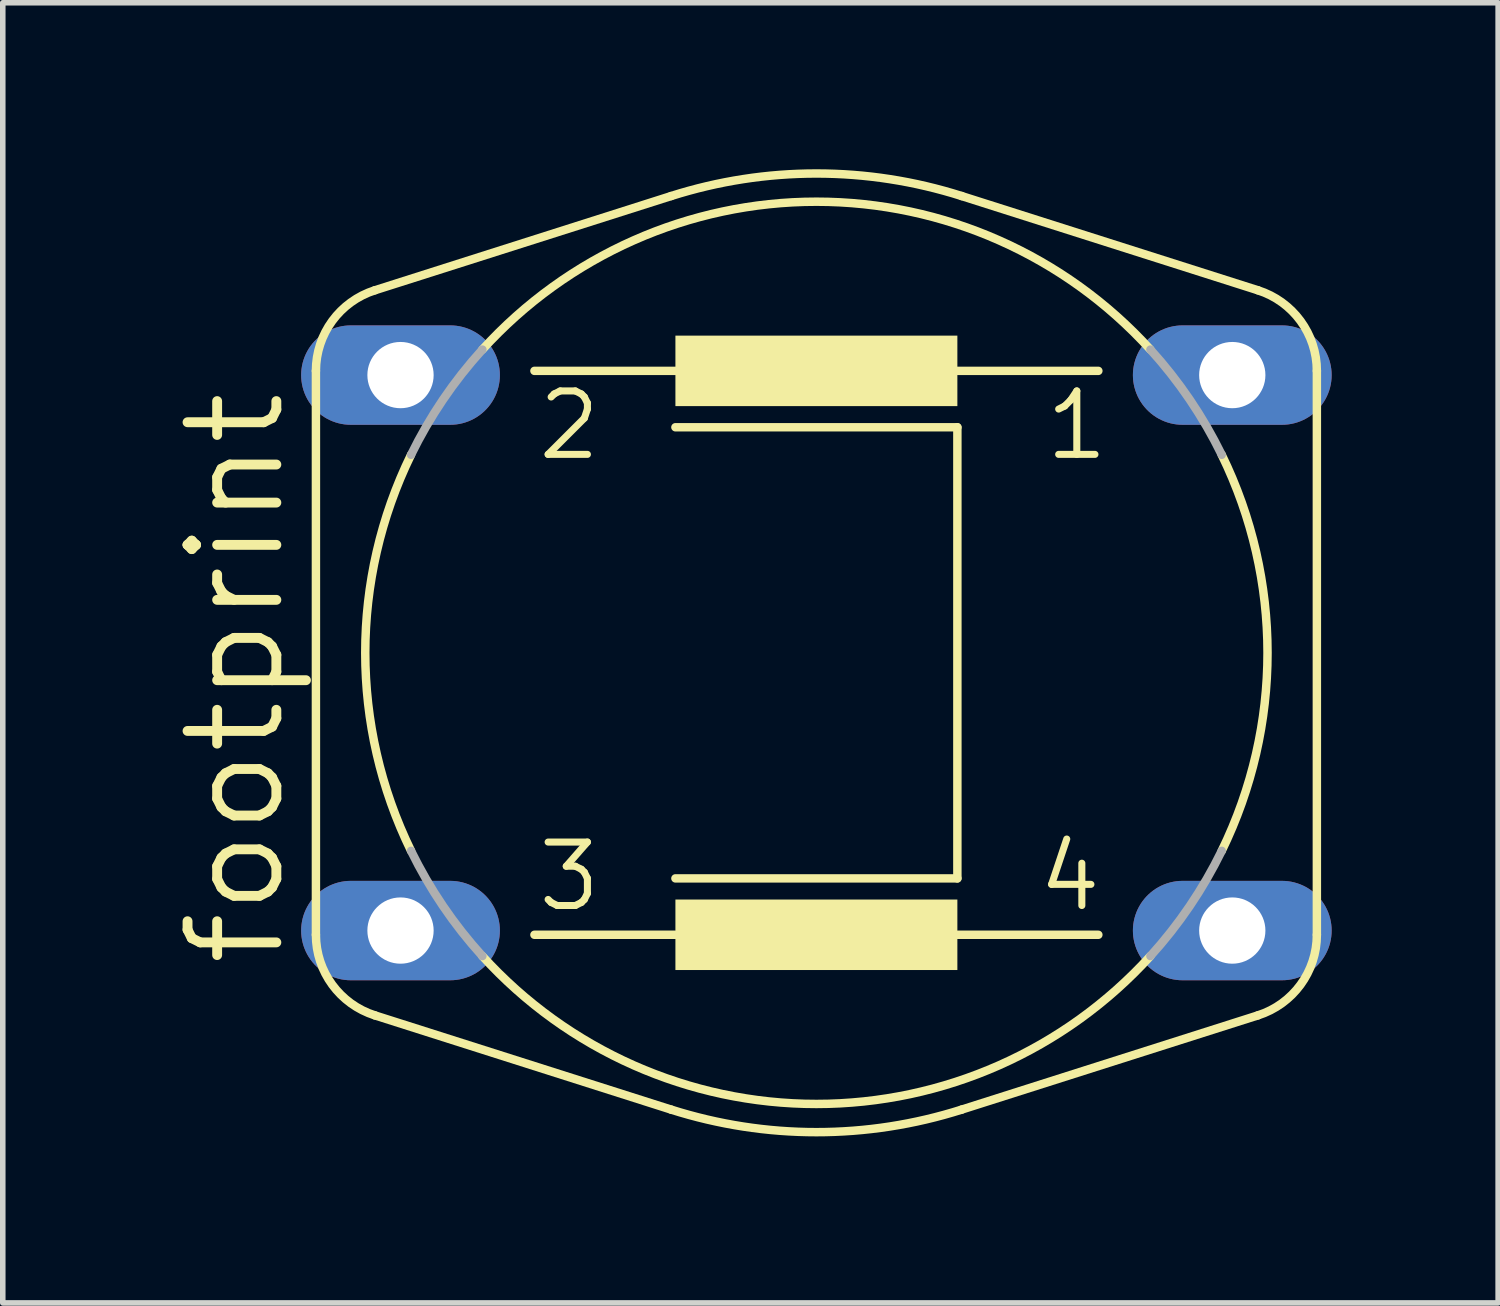
<source format=kicad_pcb>
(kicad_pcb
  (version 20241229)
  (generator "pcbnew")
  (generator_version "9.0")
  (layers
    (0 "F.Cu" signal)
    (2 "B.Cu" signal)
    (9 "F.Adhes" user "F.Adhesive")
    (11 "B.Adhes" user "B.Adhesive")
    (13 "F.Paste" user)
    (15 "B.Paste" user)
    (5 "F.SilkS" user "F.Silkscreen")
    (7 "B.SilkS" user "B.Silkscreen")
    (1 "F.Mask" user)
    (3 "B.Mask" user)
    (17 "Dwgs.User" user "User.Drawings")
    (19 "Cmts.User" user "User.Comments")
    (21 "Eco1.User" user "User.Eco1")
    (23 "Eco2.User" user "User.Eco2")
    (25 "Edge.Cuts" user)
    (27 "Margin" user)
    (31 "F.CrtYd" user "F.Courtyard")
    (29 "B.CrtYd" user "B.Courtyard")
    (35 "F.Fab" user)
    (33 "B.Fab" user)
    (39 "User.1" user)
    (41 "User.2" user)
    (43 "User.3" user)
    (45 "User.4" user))
  (footprint "footprint"
    (layer "F.Cu")
    (at 11.659 8.712)
    (property "Reference" "footprint" (at -9.525 5.715 90) (layer "F.SilkS") (effects (font (size 1.6 1.6) (thickness 0.178)) (justify left bottom)))
    (fp_line (start -9.017 -5.08) (end -9.017 5.08) (stroke (width 0.152) (type solid)) (layer "F.SilkS"))
    (fp_line (start -7.955 -6.532) (end -2.617 -8.23) (stroke (width 0.152) (type solid)) (layer "F.SilkS"))
    (fp_line (start -7.955 6.532) (end -2.617 8.23) (stroke (width 0.152) (type solid)) (layer "F.SilkS"))
    (fp_line (start -5.08 -5.08) (end -2.54 -5.08) (stroke (width 0.152) (type solid)) (layer "F.SilkS"))
    (fp_line (start -5.08 5.08) (end -2.54 5.08) (stroke (width 0.152) (type solid)) (layer "F.SilkS"))
    (fp_line (start 2.54 -5.08) (end 5.08 -5.08) (stroke (width 0.152) (type solid)) (layer "F.SilkS"))
    (fp_line (start 2.54 -4.064) (end -2.54 -4.064) (stroke (width 0.152) (type solid)) (layer "F.SilkS"))
    (fp_line (start 2.54 4.064) (end -2.54 4.064) (stroke (width 0.152) (type solid)) (layer "F.SilkS"))
    (fp_line (start 2.54 4.064) (end 2.54 -4.064) (stroke (width 0.152) (type solid)) (layer "F.SilkS"))
    (fp_line (start 2.54 5.08) (end 5.08 5.08) (stroke (width 0.152) (type solid)) (layer "F.SilkS"))
    (fp_line (start 7.955 -6.532) (end 2.617 -8.23) (stroke (width 0.152) (type solid)) (layer "F.SilkS"))
    (fp_line (start 7.955 6.532) (end 2.617 8.23) (stroke (width 0.152) (type solid)) (layer "F.SilkS"))
    (fp_line (start 9.017 -5.08) (end 9.017 5.08) (stroke (width 0.152) (type solid)) (layer "F.SilkS"))
    (fp_arc (start -9.0171 -5.0797) (mid -8.723239 -5.979313) (end -7.954999 -6.532001) (stroke (width 0.1524) (type solid)) (layer "F.SilkS"))
    (fp_arc (start -7.954999 6.532001) (mid -8.723239 5.979313) (end -9.0171 5.0797) (stroke (width 0.1524) (type solid)) (layer "F.SilkS"))
    (fp_arc (start -7.3031 3.5679) (mid -8.128049 0) (end -7.3031 -3.5679) (stroke (width 0.1524) (type solid)) (layer "F.SilkS"))
    (fp_arc (start -6.018 -5.4633) (mid 0 -8.127975) (end 6.018 -5.4633) (stroke (width 0.1524) (type solid)) (layer "F.SilkS"))
    (fp_arc (start -2.617 -8.23) (mid 0.0003 -8.636164) (end 2.617601 -8.23) (stroke (width 0.1524) (type solid)) (layer "F.SilkS"))
    (fp_arc (start 2.617601 8.23) (mid 0.0003 8.636164) (end -2.617 8.23) (stroke (width 0.1524) (type solid)) (layer "F.SilkS"))
    (fp_arc (start 6.018 5.4633) (mid 0 8.127975) (end -6.018 5.4633) (stroke (width 0.1524) (type solid)) (layer "F.SilkS"))
    (fp_arc (start 7.3031 -3.5679) (mid 8.128049 0) (end 7.3031 3.5679) (stroke (width 0.1524) (type solid)) (layer "F.SilkS"))
    (fp_arc (start 7.955 -6.532) (mid 8.723239 -5.979312) (end 9.017099 -5.079699) (stroke (width 0.1524) (type solid)) (layer "F.SilkS"))
    (fp_arc (start 9.017099 5.079699) (mid 8.723239 5.979311) (end 7.955 6.532) (stroke (width 0.1524) (type solid)) (layer "F.SilkS"))
    (fp_poly (pts (xy -2.54 -4.445) (xy 2.54 -4.445) (xy 2.54 -5.715) (xy -2.54 -5.715)) (stroke (width 0) (type solid)) (fill yes) (layer "F.SilkS"))
    (fp_poly (pts (xy -2.54 5.715) (xy 2.54 5.715) (xy 2.54 4.445) (xy -2.54 4.445)) (stroke (width 0) (type solid)) (fill yes) (layer "F.SilkS"))
    (fp_arc (start -7.303 -3.5679) (mid -6.727585 -4.561081) (end -6.018 -5.4633) (stroke (width 0.1524) (type solid)) (layer "F.Fab"))
    (fp_arc (start -6.0181 5.4633) (mid -6.727684 4.56108) (end -7.3031 3.5679) (stroke (width 0.1524) (type solid)) (layer "F.Fab"))
    (fp_arc (start 6.0181 -5.4633) (mid 6.727684 -4.56108) (end 7.3031 -3.5679) (stroke (width 0.1524) (type solid)) (layer "F.Fab"))
    (fp_arc (start 7.303 3.5679) (mid 6.727585 4.561081) (end 6.018 5.4633) (stroke (width 0.1524) (type solid)) (layer "F.Fab"))
    (fp_text user "2" (at -5.08 -3.429 0) (layer "F.SilkS") (effects (font (size 1.143 1.143) (thickness 0.127)) (justify left bottom)))
    (fp_text user "4" (at 3.937 4.699 0) (layer "F.SilkS") (effects (font (size 1.143 1.143) (thickness 0.127)) (justify left bottom)))
    (fp_text user "1" (at 4.064 -3.429 0) (layer "F.SilkS") (effects (font (size 1.143 1.143) (thickness 0.127)) (justify left bottom)))
    (fp_text user "3" (at -5.08 4.699 0) (layer "F.SilkS") (effects (font (size 1.143 1.143) (thickness 0.127)) (justify left bottom)))
    (pad "1" thru_hole oval (at 7.493 -5.004) (size 3.581 1.791) (drill 1.194) (layers "*.Cu" "*.Mask"))
    (pad "2" thru_hole oval (at -7.493 -5.004) (size 3.581 1.791) (drill 1.194) (layers "*.Cu" "*.Mask"))
    (pad "3" thru_hole oval (at -7.493 5.004) (size 3.581 1.791) (drill 1.194) (layers "*.Cu" "*.Mask"))
    (pad "4" thru_hole oval (at 7.493 5.004) (size 3.581 1.791) (drill 1.194) (layers "*.Cu" "*.Mask")))
  (gr_rect
    (start -3 -3)
    (end 23.942 20.425)
    (stroke (width 0.1) (type default))
    (fill no)
    (layer "Edge.Cuts")))
</source>
